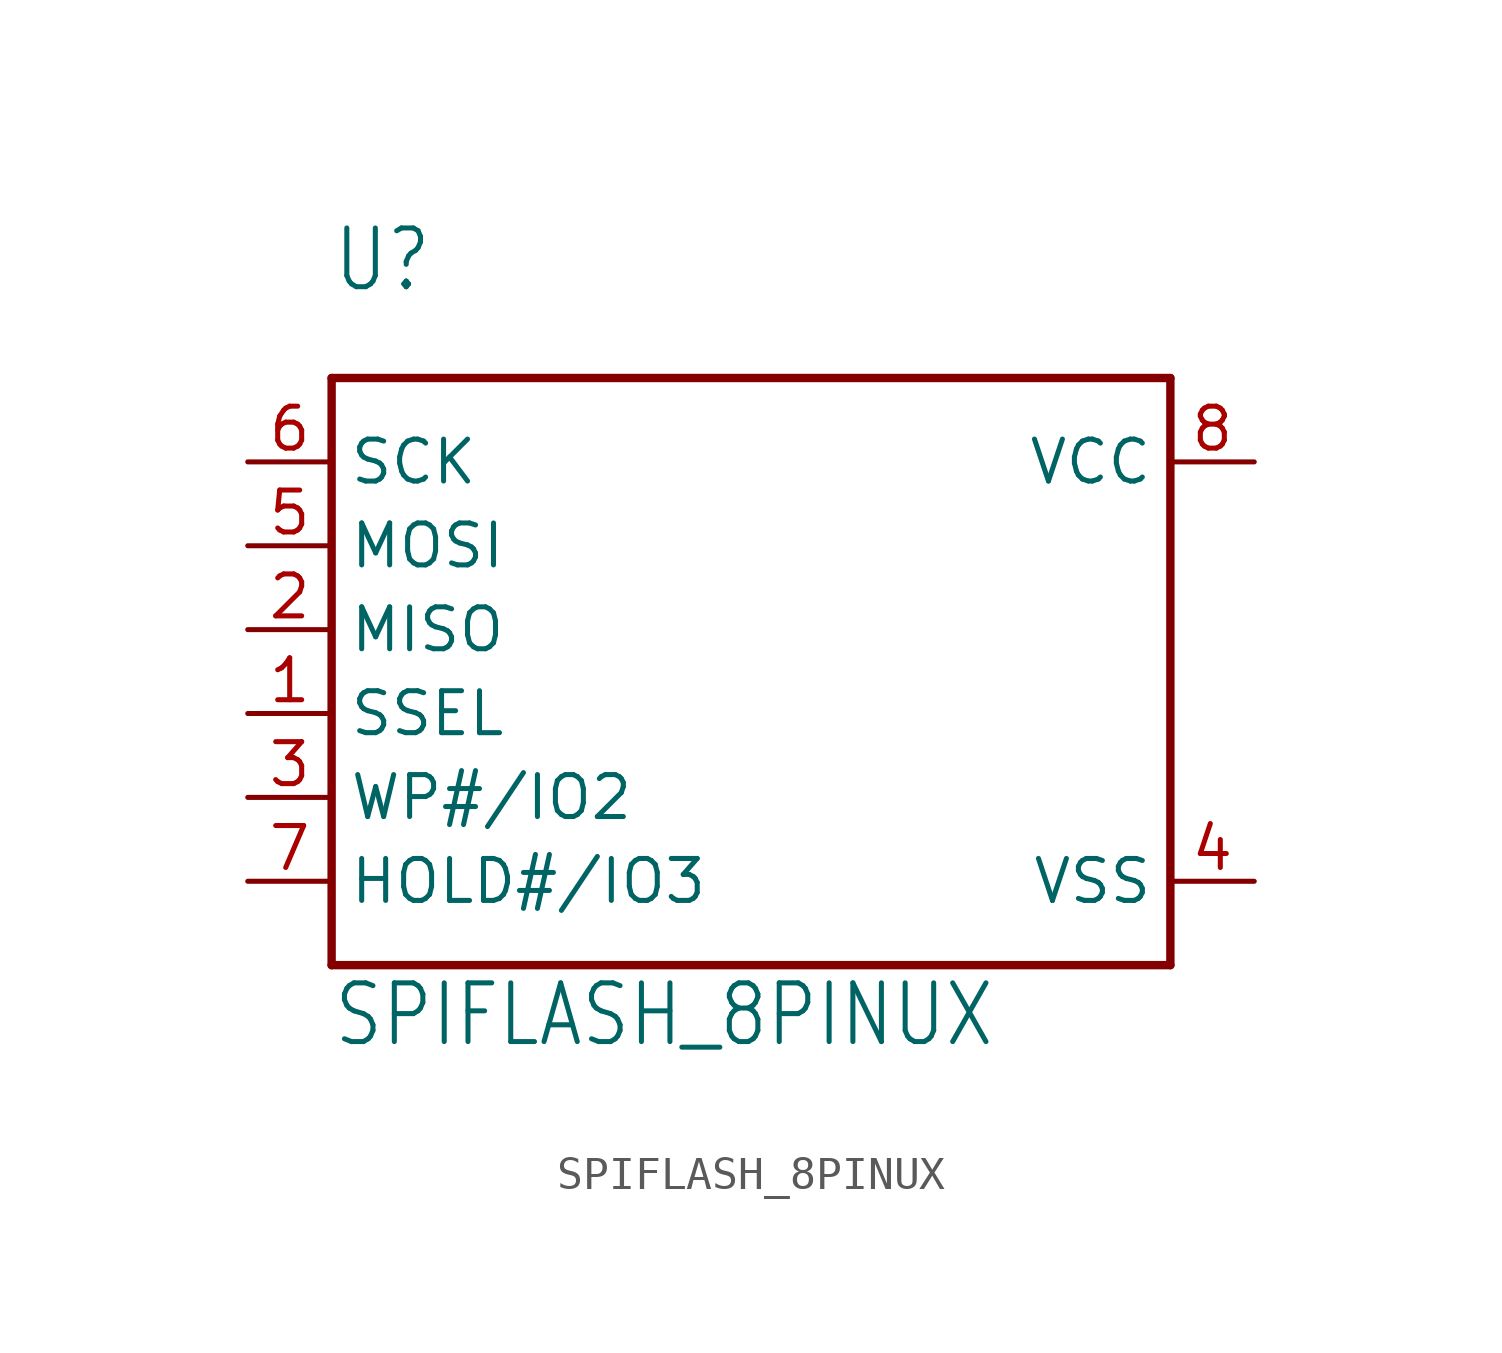
<source format=kicad_sym>
(kicad_symbol_lib
  (version 20211014)
  (generator kicad_symbol_editor)
  (symbol "SPIFLASH_8PINUX"
    (property "Reference" "U"
      (at -12.7 12.7 0)
      (effects (font (size 1.778 1.511)) (justify left bottom)))
    (property "Value" "SPIFLASH_8PINUX"
      (at -12.7 -10.16 0)
      (effects (font (size 1.778 1.511)) (justify left bottom)))
    (property "ki_locked" ""
      (at 0 0 0)
      (effects (font (size 1.27 1.27))))
    (symbol "SPIFLASH_8PINUX_1_0"
      (polyline (pts (xy -12.7 -7.62) (xy -12.7 10.16)) (stroke (width 0.254) (type default) (color 0 0 0 0)) (fill (type none)))
      (polyline (pts (xy -12.7 10.16) (xy 12.7 10.16)) (stroke (width 0.254) (type default) (color 0 0 0 0)) (fill (type none)))
      (polyline (pts (xy 12.7 -7.62) (xy -12.7 -7.62)) (stroke (width 0.254) (type default) (color 0 0 0 0)) (fill (type none)))
      (polyline (pts (xy 12.7 10.16) (xy 12.7 -7.62)) (stroke (width 0.254) (type default) (color 0 0 0 0)) (fill (type none)))
      (pin bidirectional line (at -15.24 0 0) (length 2.54) (name "SSEL" (effects (font (size 1.27 1.27)))) (number "1" (effects (font (size 1.27 1.27)))))
      (pin bidirectional line (at -15.24 2.54 0) (length 2.54) (name "MISO" (effects (font (size 1.27 1.27)))) (number "2" (effects (font (size 1.27 1.27)))))
      (pin bidirectional line (at -15.24 -2.54 0) (length 2.54) (name "WP#/IO2" (effects (font (size 1.27 1.27)))) (number "3" (effects (font (size 1.27 1.27)))))
      (pin bidirectional line (at 15.24 -5.08 180) (length 2.54) (name "VSS" (effects (font (size 1.27 1.27)))) (number "4" (effects (font (size 1.27 1.27)))))
      (pin bidirectional line (at -15.24 5.08 0) (length 2.54) (name "MOSI" (effects (font (size 1.27 1.27)))) (number "5" (effects (font (size 1.27 1.27)))))
      (pin bidirectional line (at -15.24 7.62 0) (length 2.54) (name "SCK" (effects (font (size 1.27 1.27)))) (number "6" (effects (font (size 1.27 1.27)))))
      (pin bidirectional line (at -15.24 -5.08 0) (length 2.54) (name "HOLD#/IO3" (effects (font (size 1.27 1.27)))) (number "7" (effects (font (size 1.27 1.27)))))
      (pin bidirectional line (at 15.24 7.62 180) (length 2.54) (name "VCC" (effects (font (size 1.27 1.27)))) (number "8" (effects (font (size 1.27 1.27))))))))
</source>
